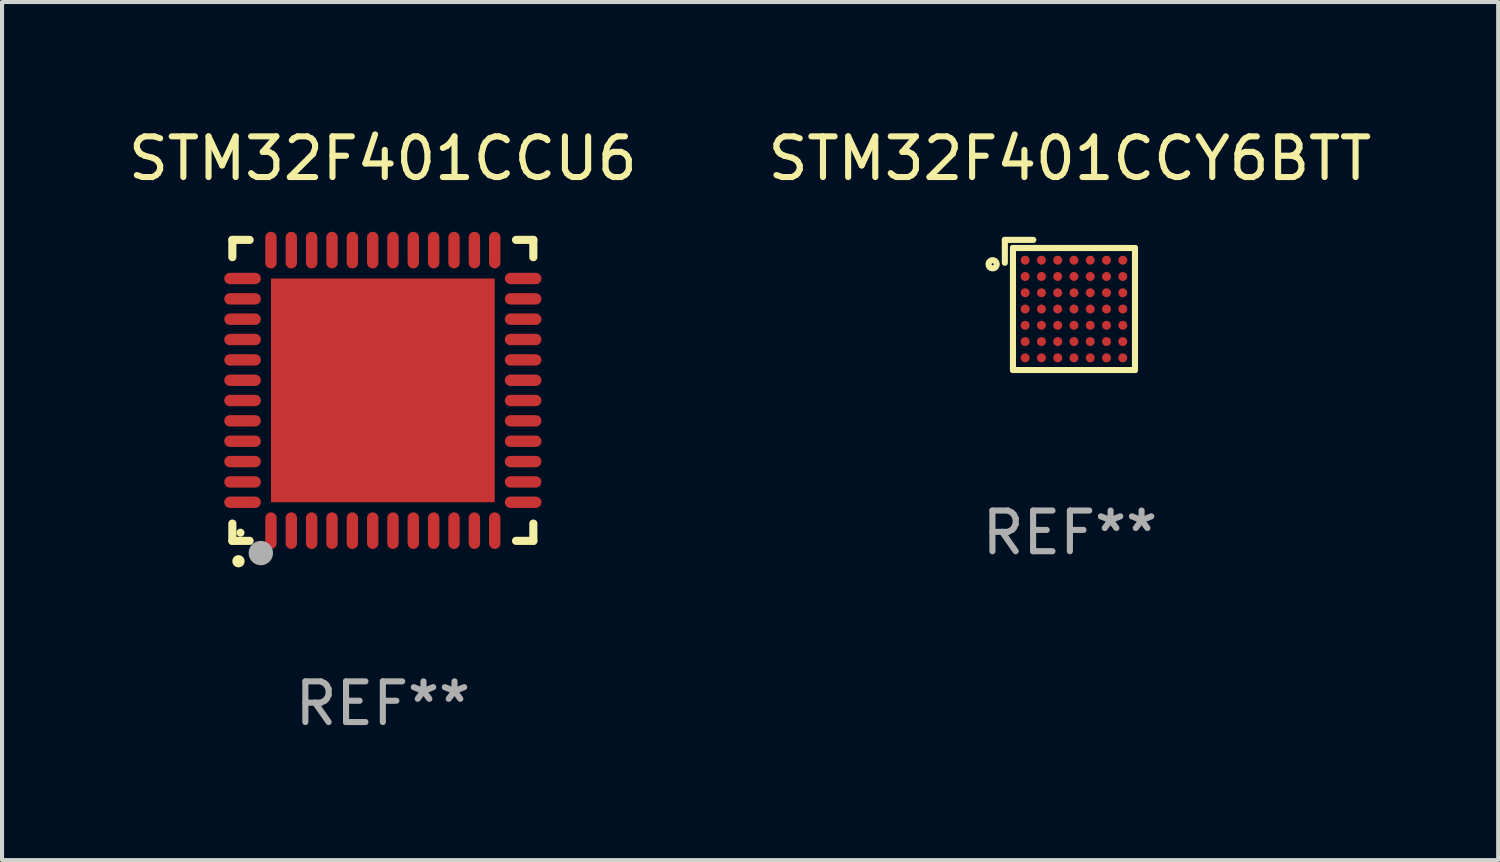
<source format=kicad_pcb>
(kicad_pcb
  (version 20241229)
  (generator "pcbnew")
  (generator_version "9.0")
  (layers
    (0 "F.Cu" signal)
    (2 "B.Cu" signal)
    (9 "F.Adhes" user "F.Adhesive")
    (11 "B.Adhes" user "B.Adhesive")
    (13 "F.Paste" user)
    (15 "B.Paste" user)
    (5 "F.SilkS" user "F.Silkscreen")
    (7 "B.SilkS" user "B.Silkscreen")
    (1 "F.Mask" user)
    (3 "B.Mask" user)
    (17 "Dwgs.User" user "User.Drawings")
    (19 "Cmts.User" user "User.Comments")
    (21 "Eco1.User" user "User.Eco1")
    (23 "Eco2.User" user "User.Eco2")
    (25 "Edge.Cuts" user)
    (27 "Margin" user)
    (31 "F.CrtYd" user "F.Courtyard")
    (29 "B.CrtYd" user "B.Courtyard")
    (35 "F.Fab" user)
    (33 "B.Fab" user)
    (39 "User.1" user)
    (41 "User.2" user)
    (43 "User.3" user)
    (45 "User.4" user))
  (footprint "STM32F401CCY6BTT"
    (layer "F.Cu")
    (at 23.256 4.448)
    (property "Reference" "STM32F401CCY6BTT" (at 0 -3.6 0) (layer "F.SilkS") (effects (font (size 1 1) (thickness 0.15))))
    (attr through_hole)
    (fp_line (start -1.6 -1.6) (end -1.6 -1.037) (stroke (width 0.15) (type solid)) (layer "F.SilkS"))
    (fp_line (start -1.4 -1.4) (end -1.4 1.6) (stroke (width 0.15) (type solid)) (layer "F.SilkS"))
    (fp_line (start -1.4 -1.4) (end 1.6 -1.4) (stroke (width 0.15) (type solid)) (layer "F.SilkS"))
    (fp_line (start -1.4 1.6) (end 1.6 1.6) (stroke (width 0.15) (type solid)) (layer "F.SilkS"))
    (fp_line (start -0.9 -1.6) (end -1.6 -1.6) (stroke (width 0.15) (type solid)) (layer "F.SilkS"))
    (fp_line (start 1.6 -1.4) (end 1.6 1.6) (stroke (width 0.15) (type solid)) (layer "F.SilkS"))
    (fp_circle (center -1.9 -1) (end -1.8 -1) (stroke (width 0.15) (type solid)) (fill no) (layer "F.SilkS"))
    (fp_text user "REF**" (at 0 5.6 0) (layer "F.Fab") (effects (font (size 1 1) (thickness 0.15))))
    (pad "A1" smd circle (at -1.1 -1.1) (size 0.22 0.22) (layers "F.Cu" "F.Mask" "F.Paste"))
    (pad "A2" smd circle (at -0.7 -1.1) (size 0.22 0.22) (layers "F.Cu" "F.Mask" "F.Paste"))
    (pad "A3" smd circle (at -0.3 -1.1) (size 0.22 0.22) (layers "F.Cu" "F.Mask" "F.Paste"))
    (pad "A4" smd circle (at 0.1 -1.1) (size 0.22 0.22) (layers "F.Cu" "F.Mask" "F.Paste"))
    (pad "A5" smd circle (at 0.5 -1.1) (size 0.22 0.22) (layers "F.Cu" "F.Mask" "F.Paste"))
    (pad "A6" smd circle (at 0.9 -1.1) (size 0.22 0.22) (layers "F.Cu" "F.Mask" "F.Paste"))
    (pad "A7" smd circle (at 1.3 -1.1) (size 0.22 0.22) (layers "F.Cu" "F.Mask" "F.Paste"))
    (pad "B1" smd circle (at -1.1 -0.7) (size 0.22 0.22) (layers "F.Cu" "F.Mask" "F.Paste"))
    (pad "B2" smd circle (at -0.7 -0.7) (size 0.22 0.22) (layers "F.Cu" "F.Mask" "F.Paste"))
    (pad "B3" smd circle (at -0.3 -0.7) (size 0.22 0.22) (layers "F.Cu" "F.Mask" "F.Paste"))
    (pad "B4" smd circle (at 0.1 -0.7) (size 0.22 0.22) (layers "F.Cu" "F.Mask" "F.Paste"))
    (pad "B5" smd circle (at 0.5 -0.7) (size 0.22 0.22) (layers "F.Cu" "F.Mask" "F.Paste"))
    (pad "B6" smd circle (at 0.9 -0.7) (size 0.22 0.22) (layers "F.Cu" "F.Mask" "F.Paste"))
    (pad "B7" smd circle (at 1.3 -0.7) (size 0.22 0.22) (layers "F.Cu" "F.Mask" "F.Paste"))
    (pad "C1" smd circle (at -1.1 -0.3) (size 0.22 0.22) (layers "F.Cu" "F.Mask" "F.Paste"))
    (pad "C2" smd circle (at -0.7 -0.3) (size 0.22 0.22) (layers "F.Cu" "F.Mask" "F.Paste"))
    (pad "C3" smd circle (at -0.3 -0.3) (size 0.22 0.22) (layers "F.Cu" "F.Mask" "F.Paste"))
    (pad "C4" smd circle (at 0.1 -0.3) (size 0.22 0.22) (layers "F.Cu" "F.Mask" "F.Paste"))
    (pad "C5" smd circle (at 0.5 -0.3) (size 0.22 0.22) (layers "F.Cu" "F.Mask" "F.Paste"))
    (pad "C6" smd circle (at 0.9 -0.3) (size 0.22 0.22) (layers "F.Cu" "F.Mask" "F.Paste"))
    (pad "C7" smd circle (at 1.3 -0.3) (size 0.22 0.22) (layers "F.Cu" "F.Mask" "F.Paste"))
    (pad "D1" smd circle (at -1.1 0.1) (size 0.22 0.22) (layers "F.Cu" "F.Mask" "F.Paste"))
    (pad "D2" smd circle (at -0.7 0.1) (size 0.22 0.22) (layers "F.Cu" "F.Mask" "F.Paste"))
    (pad "D3" smd circle (at -0.3 0.1) (size 0.22 0.22) (layers "F.Cu" "F.Mask" "F.Paste"))
    (pad "D4" smd circle (at 0.1 0.1) (size 0.22 0.22) (layers "F.Cu" "F.Mask" "F.Paste"))
    (pad "D5" smd circle (at 0.5 0.1) (size 0.22 0.22) (layers "F.Cu" "F.Mask" "F.Paste"))
    (pad "D6" smd circle (at 0.9 0.1) (size 0.22 0.22) (layers "F.Cu" "F.Mask" "F.Paste"))
    (pad "D7" smd circle (at 1.3 0.1) (size 0.22 0.22) (layers "F.Cu" "F.Mask" "F.Paste"))
    (pad "E1" smd circle (at -1.1 0.5) (size 0.22 0.22) (layers "F.Cu" "F.Mask" "F.Paste"))
    (pad "E2" smd circle (at -0.7 0.5) (size 0.22 0.22) (layers "F.Cu" "F.Mask" "F.Paste"))
    (pad "E3" smd circle (at -0.3 0.5) (size 0.22 0.22) (layers "F.Cu" "F.Mask" "F.Paste"))
    (pad "E4" smd circle (at 0.1 0.5) (size 0.22 0.22) (layers "F.Cu" "F.Mask" "F.Paste"))
    (pad "E5" smd circle (at 0.5 0.5) (size 0.22 0.22) (layers "F.Cu" "F.Mask" "F.Paste"))
    (pad "E6" smd circle (at 0.9 0.5) (size 0.22 0.22) (layers "F.Cu" "F.Mask" "F.Paste"))
    (pad "E7" smd circle (at 1.3 0.5) (size 0.22 0.22) (layers "F.Cu" "F.Mask" "F.Paste"))
    (pad "F1" smd circle (at -1.1 0.9) (size 0.22 0.22) (layers "F.Cu" "F.Mask" "F.Paste"))
    (pad "F2" smd circle (at -0.7 0.9) (size 0.22 0.22) (layers "F.Cu" "F.Mask" "F.Paste"))
    (pad "F3" smd circle (at -0.3 0.9) (size 0.22 0.22) (layers "F.Cu" "F.Mask" "F.Paste"))
    (pad "F4" smd circle (at 0.1 0.9) (size 0.22 0.22) (layers "F.Cu" "F.Mask" "F.Paste"))
    (pad "F5" smd circle (at 0.5 0.9) (size 0.22 0.22) (layers "F.Cu" "F.Mask" "F.Paste"))
    (pad "F6" smd circle (at 0.9 0.9) (size 0.22 0.22) (layers "F.Cu" "F.Mask" "F.Paste"))
    (pad "F7" smd circle (at 1.3 0.9) (size 0.22 0.22) (layers "F.Cu" "F.Mask" "F.Paste"))
    (pad "G1" smd circle (at -1.1 1.3) (size 0.22 0.22) (layers "F.Cu" "F.Mask" "F.Paste"))
    (pad "G2" smd circle (at -0.7 1.3) (size 0.22 0.22) (layers "F.Cu" "F.Mask" "F.Paste"))
    (pad "G3" smd circle (at -0.3 1.3) (size 0.22 0.22) (layers "F.Cu" "F.Mask" "F.Paste"))
    (pad "G4" smd circle (at 0.1 1.3) (size 0.22 0.22) (layers "F.Cu" "F.Mask" "F.Paste"))
    (pad "G5" smd circle (at 0.5 1.3) (size 0.22 0.22) (layers "F.Cu" "F.Mask" "F.Paste"))
    (pad "G6" smd circle (at 0.9 1.3) (size 0.22 0.22) (layers "F.Cu" "F.Mask" "F.Paste"))
    (pad "G7" smd circle (at 1.3 1.3) (size 0.22 0.22) (layers "F.Cu" "F.Mask" "F.Paste")))
  (footprint "STM32F401CCU6"
    (layer "F.Cu")
    (at 6.363 6.548)
    (property "Reference" "STM32F401CCU6" (at 0 -5.7 0) (layer "F.SilkS") (effects (font (size 1 1) (thickness 0.15))))
    (attr through_hole)
    (fp_line (start -3.7 -3.7) (end -3.275 -3.7) (stroke (width 0.2) (type solid)) (layer "F.SilkS"))
    (fp_line (start -3.7 -3.275) (end -3.7 -3.7) (stroke (width 0.2) (type solid)) (layer "F.SilkS"))
    (fp_line (start -3.7 3.7) (end -3.7 3.275) (stroke (width 0.2) (type solid)) (layer "F.SilkS"))
    (fp_line (start -3.275 3.7) (end -3.7 3.7) (stroke (width 0.2) (type solid)) (layer "F.SilkS"))
    (fp_line (start 3.7 -3.7) (end 3.275 -3.7) (stroke (width 0.2) (type solid)) (layer "F.SilkS"))
    (fp_line (start 3.7 -3.275) (end 3.7 -3.7) (stroke (width 0.2) (type solid)) (layer "F.SilkS"))
    (fp_line (start 3.7 3.275) (end 3.7 3.7) (stroke (width 0.2) (type solid)) (layer "F.SilkS"))
    (fp_line (start 3.7 3.7) (end 3.275 3.7) (stroke (width 0.2) (type solid)) (layer "F.SilkS"))
    (fp_arc (start -3.550927 4.201168) (mid -3.549657 4.201163) (end -3.548387 4.201168) (stroke (width 0.3) (type solid)) (layer "F.SilkS"))
    (fp_circle (center -3.5 3.5) (end -3.45 3.5) (stroke (width 0.1) (type solid)) (fill no) (layer "F.SilkS"))
    (fp_circle (center -3 4) (end -2.85 4) (stroke (width 0.3) (type solid)) (fill no) (layer "F.Fab"))
    (fp_text user "REF**" (at 0 7.7 0) (layer "F.Fab") (effects (font (size 1 1) (thickness 0.15))))
    (pad "1" smd oval (at -2.751 3.449) (size 0.28 0.9) (layers "F.Cu" "F.Mask" "F.Paste"))
    (pad "2" smd oval (at -2.25 3.449) (size 0.28 0.9) (layers "F.Cu" "F.Mask" "F.Paste"))
    (pad "3" smd oval (at -1.75 3.449) (size 0.28 0.9) (layers "F.Cu" "F.Mask" "F.Paste"))
    (pad "4" smd oval (at -1.25 3.449) (size 0.28 0.9) (layers "F.Cu" "F.Mask" "F.Paste"))
    (pad "5" smd oval (at -0.749 3.449) (size 0.28 0.9) (layers "F.Cu" "F.Mask" "F.Paste"))
    (pad "6" smd oval (at -0.249 3.449) (size 0.28 0.9) (layers "F.Cu" "F.Mask" "F.Paste"))
    (pad "7" smd oval (at 0.249 3.449) (size 0.28 0.9) (layers "F.Cu" "F.Mask" "F.Paste"))
    (pad "8" smd oval (at 0.749 3.449) (size 0.28 0.9) (layers "F.Cu" "F.Mask" "F.Paste"))
    (pad "9" smd oval (at 1.25 3.449) (size 0.28 0.9) (layers "F.Cu" "F.Mask" "F.Paste"))
    (pad "10" smd oval (at 1.75 3.449) (size 0.28 0.9) (layers "F.Cu" "F.Mask" "F.Paste"))
    (pad "11" smd oval (at 2.251 3.449) (size 0.28 0.9) (layers "F.Cu" "F.Mask" "F.Paste"))
    (pad "12" smd oval (at 2.751 3.449) (size 0.28 0.9) (layers "F.Cu" "F.Mask" "F.Paste"))
    (pad "13" smd oval (at 3.449 2.751) (size 0.9 0.28) (layers "F.Cu" "F.Mask" "F.Paste"))
    (pad "14" smd oval (at 3.449 2.251) (size 0.9 0.28) (layers "F.Cu" "F.Mask" "F.Paste"))
    (pad "15" smd oval (at 3.449 1.75) (size 0.9 0.28) (layers "F.Cu" "F.Mask" "F.Paste"))
    (pad "16" smd oval (at 3.449 1.25) (size 0.9 0.28) (layers "F.Cu" "F.Mask" "F.Paste"))
    (pad "17" smd oval (at 3.449 0.749) (size 0.9 0.28) (layers "F.Cu" "F.Mask" "F.Paste"))
    (pad "18" smd oval (at 3.449 0.249) (size 0.9 0.28) (layers "F.Cu" "F.Mask" "F.Paste"))
    (pad "19" smd oval (at 3.449 -0.249) (size 0.9 0.28) (layers "F.Cu" "F.Mask" "F.Paste"))
    (pad "20" smd oval (at 3.449 -0.749) (size 0.9 0.28) (layers "F.Cu" "F.Mask" "F.Paste"))
    (pad "21" smd oval (at 3.449 -1.25) (size 0.9 0.28) (layers "F.Cu" "F.Mask" "F.Paste"))
    (pad "22" smd oval (at 3.449 -1.75) (size 0.9 0.28) (layers "F.Cu" "F.Mask" "F.Paste"))
    (pad "23" smd oval (at 3.449 -2.25) (size 0.9 0.28) (layers "F.Cu" "F.Mask" "F.Paste"))
    (pad "24" smd oval (at 3.449 -2.751) (size 0.9 0.28) (layers "F.Cu" "F.Mask" "F.Paste"))
    (pad "25" smd oval (at 2.751 -3.449) (size 0.28 0.9) (layers "F.Cu" "F.Mask" "F.Paste"))
    (pad "26" smd oval (at 2.251 -3.449) (size 0.28 0.9) (layers "F.Cu" "F.Mask" "F.Paste"))
    (pad "27" smd oval (at 1.75 -3.449) (size 0.28 0.9) (layers "F.Cu" "F.Mask" "F.Paste"))
    (pad "28" smd oval (at 1.25 -3.449) (size 0.28 0.9) (layers "F.Cu" "F.Mask" "F.Paste"))
    (pad "29" smd oval (at 0.749 -3.449) (size 0.28 0.9) (layers "F.Cu" "F.Mask" "F.Paste"))
    (pad "30" smd oval (at 0.249 -3.449) (size 0.28 0.9) (layers "F.Cu" "F.Mask" "F.Paste"))
    (pad "31" smd oval (at -0.249 -3.449) (size 0.28 0.9) (layers "F.Cu" "F.Mask" "F.Paste"))
    (pad "32" smd oval (at -0.749 -3.449) (size 0.28 0.9) (layers "F.Cu" "F.Mask" "F.Paste"))
    (pad "33" smd oval (at -1.25 -3.449) (size 0.28 0.9) (layers "F.Cu" "F.Mask" "F.Paste"))
    (pad "34" smd oval (at -1.75 -3.449) (size 0.28 0.9) (layers "F.Cu" "F.Mask" "F.Paste"))
    (pad "35" smd oval (at -2.25 -3.449) (size 0.28 0.9) (layers "F.Cu" "F.Mask" "F.Paste"))
    (pad "36" smd oval (at -2.751 -3.449) (size 0.28 0.9) (layers "F.Cu" "F.Mask" "F.Paste"))
    (pad "37" smd oval (at -3.449 -2.751) (size 0.9 0.28) (layers "F.Cu" "F.Mask" "F.Paste"))
    (pad "38" smd oval (at -3.449 -2.25) (size 0.9 0.28) (layers "F.Cu" "F.Mask" "F.Paste"))
    (pad "39" smd oval (at -3.449 -1.75) (size 0.9 0.28) (layers "F.Cu" "F.Mask" "F.Paste"))
    (pad "40" smd oval (at -3.449 -1.25) (size 0.9 0.28) (layers "F.Cu" "F.Mask" "F.Paste"))
    (pad "41" smd oval (at -3.449 -0.749) (size 0.9 0.28) (layers "F.Cu" "F.Mask" "F.Paste"))
    (pad "42" smd oval (at -3.449 -0.249) (size 0.9 0.28) (layers "F.Cu" "F.Mask" "F.Paste"))
    (pad "43" smd oval (at -3.449 0.249) (size 0.9 0.28) (layers "F.Cu" "F.Mask" "F.Paste"))
    (pad "44" smd oval (at -3.449 0.749) (size 0.9 0.28) (layers "F.Cu" "F.Mask" "F.Paste"))
    (pad "45" smd oval (at -3.449 1.25) (size 0.9 0.28) (layers "F.Cu" "F.Mask" "F.Paste"))
    (pad "46" smd oval (at -3.449 1.75) (size 0.9 0.28) (layers "F.Cu" "F.Mask" "F.Paste"))
    (pad "47" smd oval (at -3.449 2.251) (size 0.9 0.28) (layers "F.Cu" "F.Mask" "F.Paste"))
    (pad "48" smd oval (at -3.449 2.751) (size 0.9 0.28) (layers "F.Cu" "F.Mask" "F.Paste"))
    (pad "49" smd rect (at 0.000076 0.000076) (size 5.5 5.5) (layers "F.Cu" "F.Mask" "F.Paste")))
  (gr_rect
    (start -3 -3)
    (end 33.786 18.097)
    (stroke (width 0.1) (type default))
    (fill no)
    (layer "Edge.Cuts")))
</source>
